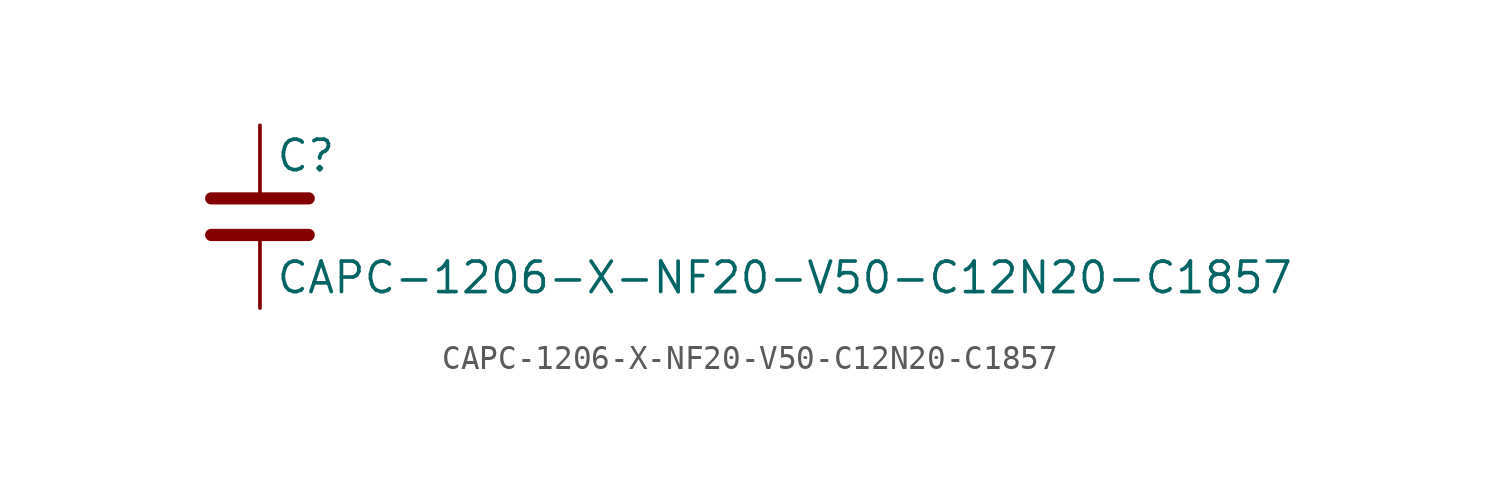
<source format=kicad_sym>
(kicad_symbol_lib
  (version 20211014)
  (generator kicad_symbol_editor)
  (symbol "CAPC-1206-X-NF20-V50-C12N20-C1857"
    (pin_numbers hide)
    (pin_names
      (offset 0.254))
    (property "Reference" "C"
      (at 0.635 2.54 0)
      (effects (font (size 1.27 1.27)) (justify left)))
    (property "Value" "CAPC-1206-X-NF20-V50-C12N20-C1857"
      (at 0.635 -2.54 0)
      (effects (font (size 1.27 1.27)) (justify left)))
    (symbol "CAPC-1206-X-NF20-V50-C12N20-C1857_0_1"
      (polyline (pts (xy -2.032 -0.762) (xy 2.032 -0.762)) (stroke (width 0.508) (type default) (color 0 0 0 0)) (fill (type none)))
      (polyline (pts (xy -2.032 0.762) (xy 2.032 0.762)) (stroke (width 0.508) (type default) (color 0 0 0 0)) (fill (type none))))
    (symbol "CAPC-1206-X-NF20-V50-C12N20-C1857_1_1"
      (pin passive line (at 0 3.81 270) (length 2.794) (name "~" (effects (font (size 1.27 1.27)))) (number "1" (effects (font (size 1.27 1.27)))))
      (pin passive line (at 0 -3.81 90) (length 2.794) (name "~" (effects (font (size 1.27 1.27)))) (number "2" (effects (font (size 1.27 1.27))))))))
</source>
